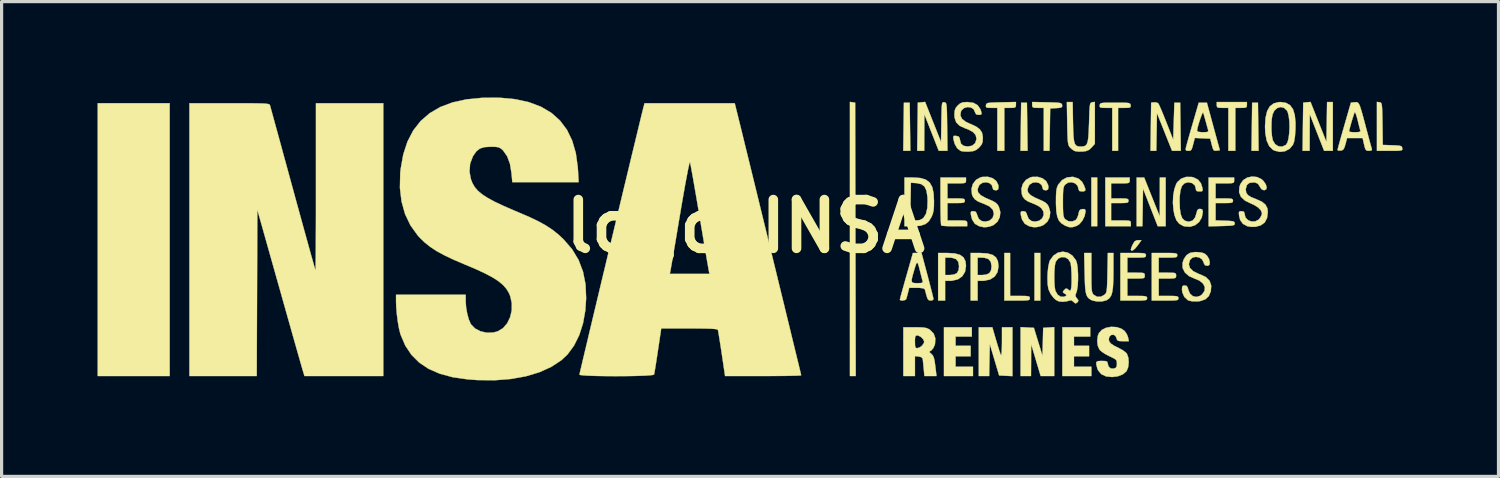
<source format=kicad_pcb>
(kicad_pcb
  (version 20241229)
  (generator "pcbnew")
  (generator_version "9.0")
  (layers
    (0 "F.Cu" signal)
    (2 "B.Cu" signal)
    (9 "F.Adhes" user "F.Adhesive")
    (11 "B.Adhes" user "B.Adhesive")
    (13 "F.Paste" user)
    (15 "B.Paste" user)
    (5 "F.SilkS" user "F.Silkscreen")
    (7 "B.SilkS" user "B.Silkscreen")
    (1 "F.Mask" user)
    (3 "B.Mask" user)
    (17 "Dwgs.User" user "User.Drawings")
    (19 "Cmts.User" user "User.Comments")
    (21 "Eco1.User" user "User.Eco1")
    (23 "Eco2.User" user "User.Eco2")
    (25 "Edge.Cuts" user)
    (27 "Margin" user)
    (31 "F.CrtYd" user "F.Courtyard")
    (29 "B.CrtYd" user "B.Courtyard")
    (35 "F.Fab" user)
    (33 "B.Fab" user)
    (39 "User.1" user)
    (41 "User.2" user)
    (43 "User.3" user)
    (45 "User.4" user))
  (footprint "logo_INSA"
    (layer "F.Cu")
    (at 20.252 4.023)
    (property "Reference" "logo_INSA" (at 0 0 0) (layer "F.SilkS") (effects (font (size 1.524 1.524) (thickness 0.3))))
    (attr through_hole)
    (fp_poly (pts (xy -17.998 4.681) (xy -20.247 4.681) (xy -20.247 -3.846) (xy -17.998 -3.846) (xy -17.998 4.681)) (stroke (width 0.01) (type solid)) (fill yes) (layer "F.SilkS"))
    (fp_poly (pts (xy 9.217 2.322) (xy 9.035 2.322) (xy 9.035 0.835) (xy 9.217 0.835) (xy 9.217 2.322)) (stroke (width 0.01) (type solid)) (fill yes) (layer "F.SilkS"))
    (fp_poly (pts (xy 10.995 0) (xy 10.813 0) (xy 10.813 -1.524) (xy 10.995 -1.524) (xy 10.995 0)) (stroke (width 0.01) (type solid)) (fill yes) (layer "F.SilkS"))
    (fp_poly (pts (xy 3.429 -3.864) (xy 3.438 0.408) (xy 3.447 4.681) (xy 3.266 4.681) (xy 3.266 -3.888) (xy 3.429 -3.864)) (stroke (width 0.01) (type solid)) (fill yes) (layer "F.SilkS"))
    (fp_poly (pts (xy 5.144 -3.111) (xy 5.154 -2.359) (xy 4.933 -2.359) (xy 4.953 -3.864) (xy 5.134 -3.864) (xy 5.144 -3.111)) (stroke (width 0.01) (type solid)) (fill yes) (layer "F.SilkS"))
    (fp_poly (pts (xy 8.819 -2.359) (xy 8.598 -2.359) (xy 8.608 -3.111) (xy 8.618 -3.864) (xy 8.799 -3.864) (xy 8.819 -2.359)) (stroke (width 0.01) (type solid)) (fill yes) (layer "F.SilkS"))
    (fp_poly (pts (xy 16.03 -3.111) (xy 16.04 -2.359) (xy 15.819 -2.359) (xy 15.829 -3.111) (xy 15.839 -3.864) (xy 16.02 -3.864) (xy 16.03 -3.111)) (stroke (width 0.01) (type solid)) (fill yes) (layer "F.SilkS"))
    (fp_poly (pts (xy 7.076 3.447) (xy 6.568 3.447) (xy 6.568 3.737) (xy 7.039 3.737) (xy 7.039 4.064) (xy 6.568 4.064) (xy 6.568 4.391) (xy 7.112 4.391) (xy 7.112 4.681) (xy 6.205 4.681) (xy 6.205 3.157) (xy 7.076 3.157) (xy 7.076 3.447)) (stroke (width 0.01) (type solid)) (fill yes) (layer "F.SilkS"))
    (fp_poly (pts (xy 10.777 3.447) (xy 10.269 3.447) (xy 10.269 3.737) (xy 10.741 3.737) (xy 10.741 4.064) (xy 10.269 4.064) (xy 10.269 4.391) (xy 10.813 4.391) (xy 10.813 4.681) (xy 9.906 4.681) (xy 9.906 3.157) (xy 10.777 3.157) (xy 10.777 3.447)) (stroke (width 0.01) (type solid)) (fill yes) (layer "F.SilkS"))
    (fp_poly (pts (xy 12.261 0.599) (xy 12.18 0.696) (xy 12.11 0.753) (xy 12.062 0.763) (xy 12.047 0.727) (xy 12.061 0.674) (xy 12.097 0.587) (xy 12.108 0.564) (xy 12.162 0.475) (xy 12.225 0.44) (xy 12.274 0.435) (xy 12.378 0.435) (xy 12.261 0.599)) (stroke (width 0.01) (type solid)) (fill yes) (layer "F.SilkS"))
    (fp_poly (pts (xy 13.135 0) (xy 12.888 0) (xy 12.428 -1.179) (xy 12.418 -0.59) (xy 12.408 0) (xy 12.228 0) (xy 12.228 -1.524) (xy 12.464 -1.523) (xy 12.707 -0.916) (xy 12.95 -0.308) (xy 12.952 -0.916) (xy 12.954 -1.524) (xy 13.135 -1.524) (xy 13.135 0)) (stroke (width 0.01) (type solid)) (fill yes) (layer "F.SilkS"))
    (fp_poly (pts (xy 17.912 -3.261) (xy 18.161 -2.636) (xy 18.181 -3.883) (xy 18.361 -3.883) (xy 18.361 -2.359) (xy 18.224 -2.359) (xy 18.088 -2.36) (xy 17.864 -2.931) (xy 17.64 -3.502) (xy 17.635 -2.359) (xy 17.416 -2.359) (xy 17.425 -3.111) (xy 17.435 -3.864) (xy 17.663 -3.887) (xy 17.912 -3.261)) (stroke (width 0.01) (type solid)) (fill yes) (layer "F.SilkS"))
    (fp_poly (pts (xy 9.652 4.681) (xy 9.228 4.681) (xy 9.079 4.182) (xy 8.931 3.683) (xy 8.929 4.182) (xy 8.926 4.681) (xy 8.6 4.681) (xy 8.6 3.153) (xy 9.016 3.175) (xy 9.15 3.61) (xy 9.284 4.046) (xy 9.296 3.61) (xy 9.307 3.175) (xy 9.48 3.164) (xy 9.652 3.153) (xy 9.652 4.681)) (stroke (width 0.01) (type solid)) (fill yes) (layer "F.SilkS"))
    (fp_poly (pts (xy 8.273 2.177) (xy 8.582 2.177) (xy 8.732 2.178) (xy 8.823 2.185) (xy 8.871 2.199) (xy 8.888 2.225) (xy 8.89 2.25) (xy 8.885 2.281) (xy 8.863 2.302) (xy 8.811 2.315) (xy 8.716 2.32) (xy 8.566 2.322) (xy 8.491 2.322) (xy 8.092 2.322) (xy 8.092 0.835) (xy 8.273 0.835) (xy 8.273 2.177)) (stroke (width 0.01) (type solid)) (fill yes) (layer "F.SilkS"))
    (fp_poly (pts (xy 15.675 -3.792) (xy 15.67 -3.738) (xy 15.64 -3.711) (xy 15.567 -3.702) (xy 15.494 -3.701) (xy 15.313 -3.701) (xy 15.313 -2.359) (xy 15.095 -2.359) (xy 15.095 -3.701) (xy 14.913 -3.701) (xy 14.806 -3.704) (xy 14.752 -3.719) (xy 14.734 -3.755) (xy 14.732 -3.792) (xy 14.732 -3.883) (xy 15.675 -3.883) (xy 15.675 -3.792)) (stroke (width 0.01) (type solid)) (fill yes) (layer "F.SilkS"))
    (fp_poly (pts (xy 7.836 3.565) (xy 7.886 3.731) (xy 7.931 3.875) (xy 7.967 3.98) (xy 7.986 4.028) (xy 7.999 4.017) (xy 8.008 3.941) (xy 8.015 3.81) (xy 8.018 3.632) (xy 8.018 3.619) (xy 8.019 3.157) (xy 8.346 3.157) (xy 8.346 4.684) (xy 8.138 4.674) (xy 7.93 4.663) (xy 7.638 3.683) (xy 7.628 4.182) (xy 7.618 4.681) (xy 7.293 4.681) (xy 7.293 3.157) (xy 7.717 3.157) (xy 7.836 3.565)) (stroke (width 0.01) (type solid)) (fill yes) (layer "F.SilkS"))
    (fp_poly (pts (xy 8.455 -3.793) (xy 8.449 -3.738) (xy 8.419 -3.711) (xy 8.347 -3.702) (xy 8.273 -3.701) (xy 8.092 -3.701) (xy 8.092 -2.359) (xy 7.874 -2.359) (xy 7.874 -3.701) (xy 7.69 -3.701) (xy 7.582 -3.704) (xy 7.529 -3.718) (xy 7.515 -3.75) (xy 7.518 -3.783) (xy 7.526 -3.816) (xy 7.546 -3.84) (xy 7.591 -3.855) (xy 7.673 -3.864) (xy 7.803 -3.87) (xy 7.992 -3.875) (xy 8.455 -3.885) (xy 8.455 -3.793)) (stroke (width 0.01) (type solid)) (fill yes) (layer "F.SilkS"))
    (fp_poly (pts (xy 12.86 -3.867) (xy 12.906 -3.839) (xy 12.932 -3.79) (xy 12.978 -3.687) (xy 13.04 -3.541) (xy 13.111 -3.365) (xy 13.157 -3.25) (xy 13.371 -2.708) (xy 13.408 -3.864) (xy 13.589 -3.864) (xy 13.599 -3.111) (xy 13.609 -2.359) (xy 13.472 -2.359) (xy 13.335 -2.359) (xy 13.099 -2.949) (xy 12.863 -3.538) (xy 12.843 -2.359) (xy 12.662 -2.359) (xy 12.672 -3.111) (xy 12.682 -3.864) (xy 12.776 -3.875) (xy 12.86 -3.867)) (stroke (width 0.01) (type solid)) (fill yes) (layer "F.SilkS"))
    (fp_poly (pts (xy 9.425 -3.875) (xy 9.616 -3.87) (xy 9.745 -3.864) (xy 9.827 -3.854) (xy 9.872 -3.839) (xy 9.892 -3.816) (xy 9.899 -3.785) (xy 9.899 -3.738) (xy 9.869 -3.712) (xy 9.794 -3.699) (xy 9.718 -3.694) (xy 9.525 -3.683) (xy 9.515 -3.021) (xy 9.505 -2.359) (xy 9.325 -2.359) (xy 9.325 -3.701) (xy 9.144 -3.701) (xy 9.036 -3.704) (xy 8.983 -3.719) (xy 8.964 -3.755) (xy 8.963 -3.793) (xy 8.963 -3.885) (xy 9.425 -3.875)) (stroke (width 0.01) (type solid)) (fill yes) (layer "F.SilkS"))
    (fp_poly (pts (xy 19.821 -3.876) (xy 19.85 -3.87) (xy 19.871 -3.854) (xy 19.886 -3.819) (xy 19.896 -3.755) (xy 19.903 -3.651) (xy 19.908 -3.498) (xy 19.911 -3.285) (xy 19.913 -3.204) (xy 19.922 -2.543) (xy 20.221 -2.532) (xy 20.368 -2.526) (xy 20.458 -2.516) (xy 20.506 -2.498) (xy 20.526 -2.467) (xy 20.531 -2.44) (xy 20.534 -2.405) (xy 20.521 -2.381) (xy 20.48 -2.368) (xy 20.399 -2.361) (xy 20.267 -2.359) (xy 20.141 -2.359) (xy 19.739 -2.359) (xy 19.739 -3.888) (xy 19.821 -3.876)) (stroke (width 0.01) (type solid)) (fill yes) (layer "F.SilkS"))
    (fp_poly (pts (xy 11.749 -3.864) (xy 11.881 -3.861) (xy 11.964 -3.854) (xy 12.01 -3.841) (xy 12.032 -3.819) (xy 12.04 -3.787) (xy 12.04 -3.783) (xy 12.041 -3.736) (xy 12.016 -3.712) (xy 11.948 -3.703) (xy 11.85 -3.701) (xy 11.648 -3.701) (xy 11.648 -2.359) (xy 11.466 -2.359) (xy 11.466 -3.701) (xy 11.264 -3.701) (xy 11.149 -3.703) (xy 11.091 -3.715) (xy 11.071 -3.743) (xy 11.074 -3.783) (xy 11.081 -3.816) (xy 11.1 -3.839) (xy 11.143 -3.853) (xy 11.222 -3.861) (xy 11.348 -3.864) (xy 11.533 -3.864) (xy 11.557 -3.864) (xy 11.749 -3.864)) (stroke (width 0.01) (type solid)) (fill yes) (layer "F.SilkS"))
    (fp_poly (pts (xy 6.114 -2.636) (xy 6.124 -3.262) (xy 6.128 -3.488) (xy 6.132 -3.652) (xy 6.138 -3.763) (xy 6.147 -3.831) (xy 6.161 -3.866) (xy 6.181 -3.878) (xy 6.209 -3.877) (xy 6.215 -3.876) (xy 6.242 -3.87) (xy 6.262 -3.856) (xy 6.277 -3.823) (xy 6.287 -3.763) (xy 6.294 -3.667) (xy 6.299 -3.524) (xy 6.302 -3.325) (xy 6.305 -3.111) (xy 6.315 -2.359) (xy 6.178 -2.359) (xy 6.042 -2.359) (xy 5.817 -2.93) (xy 5.593 -3.502) (xy 5.59 -2.93) (xy 5.588 -2.359) (xy 5.369 -2.359) (xy 5.379 -3.111) (xy 5.388 -3.864) (xy 5.616 -3.887) (xy 6.114 -2.636)) (stroke (width 0.01) (type solid)) (fill yes) (layer "F.SilkS"))
    (fp_poly (pts (xy 6.543 0.849) (xy 6.708 0.894) (xy 6.818 0.975) (xy 6.878 1.095) (xy 6.894 1.237) (xy 6.864 1.422) (xy 6.778 1.564) (xy 6.639 1.659) (xy 6.452 1.703) (xy 6.387 1.705) (xy 6.241 1.705) (xy 6.241 2.322) (xy 6.023 2.322) (xy 6.023 0.98) (xy 6.241 0.98) (xy 6.241 1.524) (xy 6.393 1.524) (xy 6.518 1.508) (xy 6.608 1.466) (xy 6.61 1.464) (xy 6.663 1.37) (xy 6.677 1.248) (xy 6.653 1.111) (xy 6.58 1.024) (xy 6.452 0.984) (xy 6.378 0.98) (xy 6.241 0.98) (xy 6.023 0.98) (xy 6.023 0.835) (xy 6.316 0.835) (xy 6.543 0.849)) (stroke (width 0.01) (type solid)) (fill yes) (layer "F.SilkS"))
    (fp_poly (pts (xy 7.557 0.848) (xy 7.721 0.892) (xy 7.83 0.971) (xy 7.891 1.089) (xy 7.91 1.253) (xy 7.91 1.255) (xy 7.88 1.433) (xy 7.791 1.57) (xy 7.65 1.662) (xy 7.462 1.703) (xy 7.403 1.705) (xy 7.257 1.705) (xy 7.257 2.322) (xy 7.039 2.322) (xy 7.039 0.98) (xy 7.257 0.98) (xy 7.257 1.524) (xy 7.409 1.524) (xy 7.534 1.508) (xy 7.624 1.466) (xy 7.626 1.464) (xy 7.679 1.37) (xy 7.693 1.248) (xy 7.669 1.111) (xy 7.596 1.024) (xy 7.468 0.984) (xy 7.394 0.98) (xy 7.257 0.98) (xy 7.039 0.98) (xy 7.039 0.835) (xy 7.332 0.835) (xy 7.557 0.848)) (stroke (width 0.01) (type solid)) (fill yes) (layer "F.SilkS"))
    (fp_poly (pts (xy 12.011 -1.433) (xy 12.007 -1.388) (xy 11.988 -1.361) (xy 11.938 -1.348) (xy 11.843 -1.343) (xy 11.72 -1.343) (xy 11.43 -1.343) (xy 11.43 -0.871) (xy 11.702 -0.871) (xy 11.841 -0.869) (xy 11.923 -0.861) (xy 11.962 -0.843) (xy 11.974 -0.811) (xy 11.974 -0.798) (xy 11.968 -0.761) (xy 11.939 -0.739) (xy 11.871 -0.729) (xy 11.751 -0.726) (xy 11.702 -0.726) (xy 11.43 -0.726) (xy 11.43 -0.181) (xy 11.738 -0.181) (xy 11.888 -0.181) (xy 11.979 -0.175) (xy 12.026 -0.161) (xy 12.044 -0.134) (xy 12.047 -0.091) (xy 12.047 0) (xy 11.249 0) (xy 11.249 -1.524) (xy 12.011 -1.524) (xy 12.011 -1.433)) (stroke (width 0.01) (type solid)) (fill yes) (layer "F.SilkS"))
    (fp_poly (pts (xy 15.276 -1.433) (xy 15.273 -1.388) (xy 15.254 -1.361) (xy 15.204 -1.348) (xy 15.108 -1.343) (xy 14.986 -1.343) (xy 14.696 -1.343) (xy 14.696 -0.871) (xy 14.968 -0.871) (xy 15.107 -0.869) (xy 15.189 -0.861) (xy 15.228 -0.843) (xy 15.24 -0.811) (xy 15.24 -0.798) (xy 15.234 -0.761) (xy 15.204 -0.739) (xy 15.137 -0.729) (xy 15.017 -0.726) (xy 14.968 -0.726) (xy 14.696 -0.726) (xy 14.696 -0.184) (xy 14.995 -0.174) (xy 15.143 -0.167) (xy 15.232 -0.157) (xy 15.277 -0.139) (xy 15.293 -0.11) (xy 15.294 -0.091) (xy 15.29 -0.059) (xy 15.267 -0.038) (xy 15.213 -0.024) (xy 15.117 -0.016) (xy 14.966 -0.01) (xy 14.886 -0.008) (xy 14.478 0.002) (xy 14.478 -1.524) (xy 15.276 -1.524) (xy 15.276 -1.433)) (stroke (width 0.01) (type solid)) (fill yes) (layer "F.SilkS"))
    (fp_poly (pts (xy 5.234 -1.524) (xy 5.462 -1.509) (xy 5.635 -1.459) (xy 5.758 -1.367) (xy 5.838 -1.227) (xy 5.881 -1.031) (xy 5.893 -0.801) (xy 5.891 -0.622) (xy 5.88 -0.493) (xy 5.857 -0.392) (xy 5.818 -0.296) (xy 5.812 -0.285) (xy 5.73 -0.154) (xy 5.623 -0.068) (xy 5.479 -0.019) (xy 5.283 -0.001) (xy 5.229 0) (xy 4.971 0) (xy 4.971 -0.181) (xy 5.151 -0.181) (xy 5.317 -0.181) (xy 5.446 -0.194) (xy 5.537 -0.239) (xy 5.569 -0.268) (xy 5.644 -0.391) (xy 5.686 -0.575) (xy 5.694 -0.816) (xy 5.687 -0.933) (xy 5.657 -1.118) (xy 5.597 -1.242) (xy 5.499 -1.316) (xy 5.355 -1.349) (xy 5.334 -1.35) (xy 5.171 -1.361) (xy 5.161 -0.771) (xy 5.151 -0.181) (xy 4.971 -0.181) (xy 4.971 -1.524) (xy 5.234 -1.524)) (stroke (width 0.01) (type solid)) (fill yes) (layer "F.SilkS"))
    (fp_poly (pts (xy 6.894 -1.433) (xy 6.891 -1.388) (xy 6.872 -1.361) (xy 6.822 -1.348) (xy 6.726 -1.343) (xy 6.604 -1.343) (xy 6.314 -1.343) (xy 6.314 -0.871) (xy 6.586 -0.871) (xy 6.725 -0.869) (xy 6.807 -0.861) (xy 6.846 -0.843) (xy 6.858 -0.811) (xy 6.858 -0.798) (xy 6.852 -0.761) (xy 6.822 -0.739) (xy 6.755 -0.729) (xy 6.635 -0.726) (xy 6.586 -0.726) (xy 6.314 -0.726) (xy 6.314 -0.181) (xy 6.622 -0.181) (xy 6.771 -0.181) (xy 6.863 -0.175) (xy 6.91 -0.161) (xy 6.928 -0.134) (xy 6.931 -0.091) (xy 6.931 0) (xy 6.537 0) (xy 6.375 -0.002) (xy 6.241 -0.008) (xy 6.15 -0.016) (xy 6.12 -0.024) (xy 6.113 -0.066) (xy 6.106 -0.17) (xy 6.101 -0.323) (xy 6.098 -0.515) (xy 6.096 -0.735) (xy 6.096 -0.786) (xy 6.096 -1.524) (xy 6.894 -1.524) (xy 6.894 -1.433)) (stroke (width 0.01) (type solid)) (fill yes) (layer "F.SilkS"))
    (fp_poly (pts (xy 12.294 0.835) (xy 12.409 0.839) (xy 12.476 0.849) (xy 12.508 0.866) (xy 12.518 0.893) (xy 12.519 0.907) (xy 12.513 0.943) (xy 12.485 0.965) (xy 12.42 0.976) (xy 12.305 0.979) (xy 12.228 0.98) (xy 11.938 0.98) (xy 11.938 1.451) (xy 12.21 1.451) (xy 12.349 1.453) (xy 12.43 1.459) (xy 12.469 1.477) (xy 12.481 1.51) (xy 12.482 1.542) (xy 12.479 1.588) (xy 12.459 1.615) (xy 12.406 1.628) (xy 12.306 1.633) (xy 12.21 1.633) (xy 11.938 1.633) (xy 11.938 2.177) (xy 12.246 2.177) (xy 12.396 2.178) (xy 12.488 2.185) (xy 12.535 2.199) (xy 12.553 2.225) (xy 12.555 2.25) (xy 12.55 2.281) (xy 12.529 2.302) (xy 12.478 2.314) (xy 12.386 2.32) (xy 12.24 2.322) (xy 12.138 2.322) (xy 11.72 2.322) (xy 11.72 0.835) (xy 12.119 0.835) (xy 12.294 0.835)) (stroke (width 0.01) (type solid)) (fill yes) (layer "F.SilkS"))
    (fp_poly (pts (xy 13.274 0.835) (xy 13.388 0.839) (xy 13.456 0.849) (xy 13.488 0.866) (xy 13.498 0.893) (xy 13.498 0.907) (xy 13.492 0.943) (xy 13.464 0.965) (xy 13.4 0.976) (xy 13.285 0.979) (xy 13.208 0.98) (xy 12.918 0.98) (xy 12.918 1.451) (xy 13.19 1.451) (xy 13.328 1.453) (xy 13.409 1.459) (xy 13.449 1.477) (xy 13.461 1.51) (xy 13.462 1.542) (xy 13.459 1.588) (xy 13.438 1.615) (xy 13.386 1.628) (xy 13.285 1.633) (xy 13.19 1.633) (xy 12.918 1.633) (xy 12.918 2.177) (xy 13.226 2.177) (xy 13.376 2.178) (xy 13.468 2.185) (xy 13.515 2.199) (xy 13.533 2.225) (xy 13.535 2.25) (xy 13.53 2.281) (xy 13.509 2.302) (xy 13.458 2.314) (xy 13.366 2.32) (xy 13.219 2.322) (xy 13.117 2.322) (xy 12.7 2.322) (xy 12.7 0.835) (xy 13.099 0.835) (xy 13.274 0.835)) (stroke (width 0.01) (type solid)) (fill yes) (layer "F.SilkS"))
    (fp_poly (pts (xy 10.813 1.451) (xy 10.814 1.679) (xy 10.816 1.845) (xy 10.822 1.961) (xy 10.832 2.039) (xy 10.848 2.089) (xy 10.871 2.125) (xy 10.886 2.141) (xy 10.994 2.204) (xy 11.115 2.2) (xy 11.217 2.144) (xy 11.249 2.116) (xy 11.271 2.082) (xy 11.287 2.032) (xy 11.298 1.953) (xy 11.305 1.835) (xy 11.311 1.666) (xy 11.315 1.455) (xy 11.327 0.835) (xy 11.503 0.835) (xy 11.503 1.424) (xy 11.499 1.692) (xy 11.488 1.898) (xy 11.467 2.051) (xy 11.434 2.161) (xy 11.385 2.239) (xy 11.318 2.294) (xy 11.285 2.312) (xy 11.149 2.349) (xy 10.989 2.351) (xy 10.842 2.319) (xy 10.805 2.302) (xy 10.741 2.262) (xy 10.693 2.212) (xy 10.658 2.143) (xy 10.634 2.044) (xy 10.618 1.905) (xy 10.609 1.714) (xy 10.602 1.461) (xy 10.602 1.46) (xy 10.588 0.835) (xy 10.813 0.835) (xy 10.813 1.451)) (stroke (width 0.01) (type solid)) (fill yes) (layer "F.SilkS"))
    (fp_poly (pts (xy 10.922 -2.577) (xy 10.82 -2.463) (xy 10.738 -2.388) (xy 10.645 -2.35) (xy 10.539 -2.336) (xy 10.418 -2.335) (xy 10.317 -2.346) (xy 10.287 -2.355) (xy 10.208 -2.405) (xy 10.142 -2.467) (xy 10.116 -2.501) (xy 10.097 -2.546) (xy 10.083 -2.611) (xy 10.073 -2.709) (xy 10.066 -2.85) (xy 10.061 -3.045) (xy 10.058 -3.215) (xy 10.047 -3.883) (xy 10.228 -3.883) (xy 10.239 -3.249) (xy 10.245 -2.996) (xy 10.255 -2.806) (xy 10.271 -2.671) (xy 10.296 -2.581) (xy 10.334 -2.527) (xy 10.387 -2.5) (xy 10.459 -2.492) (xy 10.487 -2.492) (xy 10.565 -2.496) (xy 10.624 -2.517) (xy 10.667 -2.561) (xy 10.696 -2.64) (xy 10.716 -2.761) (xy 10.729 -2.935) (xy 10.738 -3.169) (xy 10.741 -3.24) (xy 10.747 -3.466) (xy 10.754 -3.63) (xy 10.762 -3.742) (xy 10.773 -3.812) (xy 10.788 -3.851) (xy 10.809 -3.869) (xy 10.838 -3.876) (xy 10.84 -3.876) (xy 10.922 -3.888) (xy 10.922 -2.577)) (stroke (width 0.01) (type solid)) (fill yes) (layer "F.SilkS"))
    (fp_poly (pts (xy 14.626 -3.121) (xy 14.829 -2.377) (xy 14.741 -2.365) (xy 14.677 -2.36) (xy 14.638 -2.377) (xy 14.61 -2.43) (xy 14.58 -2.536) (xy 14.573 -2.564) (xy 14.528 -2.74) (xy 14.287 -2.75) (xy 14.046 -2.761) (xy 14.006 -2.605) (xy 13.972 -2.476) (xy 13.945 -2.403) (xy 13.915 -2.369) (xy 13.872 -2.359) (xy 13.841 -2.359) (xy 13.775 -2.367) (xy 13.76 -2.407) (xy 13.769 -2.458) (xy 13.786 -2.524) (xy 13.819 -2.647) (xy 13.866 -2.813) (xy 13.915 -2.985) (xy 14.116 -2.985) (xy 14.149 -2.954) (xy 14.252 -2.94) (xy 14.299 -2.939) (xy 14.407 -2.943) (xy 14.458 -2.957) (xy 14.468 -2.987) (xy 14.464 -3.003) (xy 14.445 -3.071) (xy 14.415 -3.182) (xy 14.387 -3.284) (xy 14.352 -3.408) (xy 14.323 -3.509) (xy 14.308 -3.556) (xy 14.292 -3.545) (xy 14.262 -3.482) (xy 14.225 -3.383) (xy 14.186 -3.266) (xy 14.151 -3.149) (xy 14.126 -3.049) (xy 14.116 -2.985) (xy 13.915 -2.985) (xy 13.922 -3.009) (xy 13.98 -3.211) (xy 14.17 -3.864) (xy 14.424 -3.864) (xy 14.626 -3.121)) (stroke (width 0.01) (type solid)) (fill yes) (layer "F.SilkS"))
    (fp_poly (pts (xy 5.465 3.159) (xy 5.584 3.167) (xy 5.668 3.185) (xy 5.735 3.216) (xy 5.771 3.239) (xy 5.884 3.355) (xy 5.936 3.505) (xy 5.925 3.68) (xy 5.917 3.709) (xy 5.872 3.808) (xy 5.814 3.877) (xy 5.803 3.884) (xy 5.755 3.914) (xy 5.759 3.943) (xy 5.813 3.99) (xy 5.857 4.038) (xy 5.889 4.109) (xy 5.914 4.22) (xy 5.934 4.369) (xy 5.972 4.681) (xy 5.594 4.681) (xy 5.571 4.436) (xy 5.558 4.303) (xy 5.547 4.195) (xy 5.54 4.137) (xy 5.501 4.093) (xy 5.415 4.071) (xy 5.298 4.059) (xy 5.298 4.681) (xy 4.935 4.681) (xy 4.935 3.61) (xy 5.298 3.61) (xy 5.301 3.726) (xy 5.314 3.786) (xy 5.345 3.808) (xy 5.37 3.81) (xy 5.449 3.785) (xy 5.515 3.737) (xy 5.569 3.666) (xy 5.588 3.61) (xy 5.558 3.534) (xy 5.487 3.461) (xy 5.402 3.416) (xy 5.37 3.411) (xy 5.328 3.42) (xy 5.306 3.457) (xy 5.298 3.54) (xy 5.298 3.61) (xy 4.935 3.61) (xy 4.935 3.157) (xy 5.292 3.157) (xy 5.465 3.159)) (stroke (width 0.01) (type solid)) (fill yes) (layer "F.SilkS"))
    (fp_poly (pts (xy 16.894 -3.859) (xy 17.023 -3.786) (xy 17.115 -3.661) (xy 17.171 -3.479) (xy 17.195 -3.237) (xy 17.193 -3.041) (xy 17.178 -2.817) (xy 17.153 -2.657) (xy 17.116 -2.551) (xy 17.115 -2.55) (xy 17.01 -2.422) (xy 16.867 -2.346) (xy 16.705 -2.325) (xy 16.54 -2.364) (xy 16.487 -2.392) (xy 16.372 -2.504) (xy 16.293 -2.677) (xy 16.25 -2.912) (xy 16.241 -3.119) (xy 16.245 -3.183) (xy 16.442 -3.183) (xy 16.443 -2.996) (xy 16.457 -2.825) (xy 16.482 -2.695) (xy 16.485 -2.686) (xy 16.557 -2.566) (xy 16.661 -2.499) (xy 16.781 -2.491) (xy 16.898 -2.547) (xy 16.943 -2.621) (xy 16.977 -2.748) (xy 16.998 -2.912) (xy 17.007 -3.093) (xy 17.002 -3.275) (xy 16.983 -3.439) (xy 16.951 -3.568) (xy 16.927 -3.616) (xy 16.836 -3.702) (xy 16.73 -3.727) (xy 16.623 -3.696) (xy 16.532 -3.613) (xy 16.476 -3.493) (xy 16.452 -3.358) (xy 16.442 -3.183) (xy 16.245 -3.183) (xy 16.258 -3.39) (xy 16.307 -3.598) (xy 16.39 -3.747) (xy 16.51 -3.84) (xy 16.669 -3.88) (xy 16.726 -3.883) (xy 16.894 -3.859)) (stroke (width 0.01) (type solid)) (fill yes) (layer "F.SilkS"))
    (fp_poly (pts (xy 13.948 -1.542) (xy 14.006 -1.528) (xy 14.147 -1.458) (xy 14.239 -1.341) (xy 14.282 -1.205) (xy 14.293 -1.125) (xy 14.269 -1.094) (xy 14.192 -1.089) (xy 14.112 -1.098) (xy 14.082 -1.136) (xy 14.079 -1.174) (xy 14.047 -1.279) (xy 13.962 -1.35) (xy 13.841 -1.374) (xy 13.819 -1.372) (xy 13.716 -1.339) (xy 13.642 -1.256) (xy 13.596 -1.12) (xy 13.574 -0.922) (xy 13.571 -0.798) (xy 13.579 -0.555) (xy 13.606 -0.375) (xy 13.654 -0.251) (xy 13.727 -0.178) (xy 13.829 -0.147) (xy 13.871 -0.145) (xy 13.978 -0.179) (xy 14.056 -0.276) (xy 14.098 -0.408) (xy 14.123 -0.5) (xy 14.164 -0.538) (xy 14.21 -0.544) (xy 14.276 -0.529) (xy 14.296 -0.468) (xy 14.297 -0.452) (xy 14.265 -0.275) (xy 14.18 -0.132) (xy 14.053 -0.032) (xy 13.897 0.016) (xy 13.725 0.003) (xy 13.683 -0.01) (xy 13.562 -0.077) (xy 13.474 -0.183) (xy 13.413 -0.341) (xy 13.381 -0.502) (xy 13.362 -0.727) (xy 13.371 -0.953) (xy 13.406 -1.158) (xy 13.465 -1.322) (xy 13.496 -1.376) (xy 13.616 -1.486) (xy 13.773 -1.543) (xy 13.948 -1.542)) (stroke (width 0.01) (type solid)) (fill yes) (layer "F.SilkS"))
    (fp_poly (pts (xy 5.691 1.537) (xy 5.748 1.754) (xy 5.798 1.948) (xy 5.839 2.107) (xy 5.866 2.221) (xy 5.878 2.278) (xy 5.878 2.281) (xy 5.847 2.312) (xy 5.789 2.322) (xy 5.729 2.31) (xy 5.69 2.262) (xy 5.66 2.168) (xy 5.632 2.063) (xy 5.61 1.984) (xy 5.605 1.968) (xy 5.558 1.94) (xy 5.44 1.925) (xy 5.355 1.923) (xy 5.119 1.923) (xy 5.08 2.077) (xy 5.052 2.183) (xy 5.03 2.262) (xy 5.025 2.277) (xy 4.987 2.306) (xy 4.92 2.321) (xy 4.855 2.319) (xy 4.826 2.296) (xy 4.826 2.296) (xy 4.836 2.254) (xy 4.862 2.154) (xy 4.903 2.006) (xy 4.955 1.82) (xy 4.981 1.726) (xy 5.196 1.726) (xy 5.223 1.763) (xy 5.282 1.776) (xy 5.373 1.778) (xy 5.481 1.775) (xy 5.532 1.761) (xy 5.542 1.73) (xy 5.538 1.714) (xy 5.52 1.648) (xy 5.491 1.535) (xy 5.461 1.415) (xy 5.42 1.254) (xy 5.39 1.161) (xy 5.364 1.136) (xy 5.337 1.175) (xy 5.301 1.279) (xy 5.277 1.361) (xy 5.226 1.537) (xy 5.198 1.654) (xy 5.196 1.726) (xy 4.981 1.726) (xy 5.015 1.607) (xy 5.031 1.552) (xy 5.235 0.835) (xy 5.504 0.835) (xy 5.691 1.537)) (stroke (width 0.01) (type solid)) (fill yes) (layer "F.SilkS"))
    (fp_poly (pts (xy -15.796 -3.846) (xy -15.527 -3.845) (xy -15.315 -3.843) (xy -15.155 -3.84) (xy -15.038 -3.835) (xy -14.958 -3.828) (xy -14.908 -3.818) (xy -14.879 -3.806) (xy -14.866 -3.79) (xy -14.863 -3.783) (xy -14.851 -3.738) (xy -14.821 -3.629) (xy -14.775 -3.462) (xy -14.715 -3.241) (xy -14.641 -2.973) (xy -14.556 -2.664) (xy -14.462 -2.318) (xy -14.359 -1.943) (xy -14.25 -1.543) (xy -14.15 -1.179) (xy -14.037 -0.764) (xy -13.928 -0.37) (xy -13.827 -0.001) (xy -13.734 0.335) (xy -13.651 0.634) (xy -13.58 0.891) (xy -13.521 1.098) (xy -13.478 1.252) (xy -13.45 1.346) (xy -13.441 1.376) (xy -13.438 1.343) (xy -13.436 1.243) (xy -13.434 1.082) (xy -13.432 0.866) (xy -13.43 0.6) (xy -13.429 0.289) (xy -13.427 -0.06) (xy -13.426 -0.442) (xy -13.426 -0.851) (xy -13.426 -1.228) (xy -13.426 -3.846) (xy -11.321 -3.846) (xy -11.321 4.681) (xy -13.785 4.681) (xy -13.853 4.454) (xy -13.874 4.381) (xy -13.913 4.244) (xy -13.968 4.05) (xy -14.038 3.806) (xy -14.12 3.517) (xy -14.212 3.191) (xy -14.313 2.833) (xy -14.421 2.451) (xy -14.534 2.049) (xy -14.589 1.855) (xy -15.258 -0.517) (xy -15.267 2.082) (xy -15.277 4.681) (xy -17.381 4.681) (xy -17.381 -3.846) (xy -16.131 -3.846) (xy -15.796 -3.846)) (stroke (width 0.01) (type solid)) (fill yes) (layer "F.SilkS"))
    (fp_poly (pts (xy 14.149 0.809) (xy 14.278 0.826) (xy 14.364 0.861) (xy 14.43 0.922) (xy 14.49 1.022) (xy 14.514 1.126) (xy 14.514 1.127) (xy 14.504 1.204) (xy 14.461 1.232) (xy 14.428 1.234) (xy 14.361 1.216) (xy 14.326 1.15) (xy 14.32 1.124) (xy 14.27 1.031) (xy 14.18 0.973) (xy 14.072 0.956) (xy 13.969 0.982) (xy 13.896 1.054) (xy 13.859 1.184) (xy 13.892 1.301) (xy 13.994 1.402) (xy 14.164 1.487) (xy 14.211 1.503) (xy 14.392 1.588) (xy 14.508 1.704) (xy 14.559 1.852) (xy 14.547 2.029) (xy 14.484 2.182) (xy 14.373 2.285) (xy 14.211 2.339) (xy 14.126 2.348) (xy 13.959 2.345) (xy 13.841 2.317) (xy 13.829 2.31) (xy 13.717 2.205) (xy 13.654 2.058) (xy 13.645 1.968) (xy 13.652 1.886) (xy 13.687 1.855) (xy 13.73 1.851) (xy 13.793 1.865) (xy 13.827 1.921) (xy 13.84 1.977) (xy 13.894 2.105) (xy 13.986 2.185) (xy 14.099 2.209) (xy 14.218 2.173) (xy 14.28 2.124) (xy 14.353 2.012) (xy 14.359 1.897) (xy 14.302 1.789) (xy 14.187 1.697) (xy 14.046 1.638) (xy 13.861 1.556) (xy 13.733 1.441) (xy 13.665 1.301) (xy 13.663 1.145) (xy 13.703 1.027) (xy 13.787 0.903) (xy 13.896 0.832) (xy 14.047 0.806) (xy 14.149 0.809)) (stroke (width 0.01) (type solid)) (fill yes) (layer "F.SilkS"))
    (fp_poly (pts (xy 10.25 -1.542) (xy 10.408 -1.493) (xy 10.52 -1.393) (xy 10.582 -1.28) (xy 10.622 -1.173) (xy 10.622 -1.115) (xy 10.578 -1.092) (xy 10.523 -1.089) (xy 10.441 -1.101) (xy 10.414 -1.146) (xy 10.414 -1.153) (xy 10.384 -1.264) (xy 10.306 -1.341) (xy 10.201 -1.377) (xy 10.089 -1.366) (xy 9.993 -1.302) (xy 9.964 -1.262) (xy 9.945 -1.208) (xy 9.932 -1.126) (xy 9.926 -1.002) (xy 9.924 -0.824) (xy 9.924 -0.762) (xy 9.925 -0.566) (xy 9.93 -0.428) (xy 9.94 -0.336) (xy 9.958 -0.275) (xy 9.984 -0.232) (xy 9.993 -0.222) (xy 10.094 -0.159) (xy 10.216 -0.151) (xy 10.321 -0.193) (xy 10.37 -0.26) (xy 10.406 -0.361) (xy 10.41 -0.384) (xy 10.433 -0.479) (xy 10.473 -0.523) (xy 10.532 -0.538) (xy 10.605 -0.536) (xy 10.63 -0.496) (xy 10.631 -0.465) (xy 10.603 -0.321) (xy 10.534 -0.179) (xy 10.438 -0.066) (xy 10.362 -0.017) (xy 10.23 0.027) (xy 10.123 0.028) (xy 10.004 -0.015) (xy 9.98 -0.027) (xy 9.872 -0.096) (xy 9.796 -0.183) (xy 9.746 -0.303) (xy 9.718 -0.466) (xy 9.707 -0.685) (xy 9.706 -0.762) (xy 9.708 -0.953) (xy 9.715 -1.088) (xy 9.73 -1.183) (xy 9.755 -1.257) (xy 9.78 -1.306) (xy 9.898 -1.444) (xy 10.051 -1.527) (xy 10.223 -1.545) (xy 10.25 -1.542)) (stroke (width 0.01) (type solid)) (fill yes) (layer "F.SilkS"))
    (fp_poly (pts (xy 19.125 -3.875) (xy 19.156 -3.853) (xy 19.186 -3.806) (xy 19.219 -3.726) (xy 19.257 -3.604) (xy 19.305 -3.433) (xy 19.367 -3.202) (xy 19.397 -3.088) (xy 19.452 -2.882) (xy 19.501 -2.699) (xy 19.542 -2.55) (xy 19.571 -2.449) (xy 19.583 -2.408) (xy 19.574 -2.371) (xy 19.502 -2.359) (xy 19.492 -2.359) (xy 19.428 -2.364) (xy 19.389 -2.391) (xy 19.362 -2.457) (xy 19.337 -2.558) (xy 19.292 -2.758) (xy 18.806 -2.758) (xy 18.756 -2.567) (xy 18.721 -2.455) (xy 18.685 -2.395) (xy 18.635 -2.37) (xy 18.605 -2.365) (xy 18.534 -2.366) (xy 18.507 -2.383) (xy 18.517 -2.426) (xy 18.544 -2.527) (xy 18.585 -2.676) (xy 18.638 -2.863) (xy 18.667 -2.964) (xy 18.869 -2.964) (xy 18.901 -2.95) (xy 18.985 -2.941) (xy 19.054 -2.939) (xy 19.169 -2.945) (xy 19.22 -2.963) (xy 19.222 -2.985) (xy 19.206 -3.04) (xy 19.179 -3.145) (xy 19.146 -3.28) (xy 19.139 -3.312) (xy 19.105 -3.438) (xy 19.074 -3.528) (xy 19.051 -3.567) (xy 19.047 -3.566) (xy 19.027 -3.522) (xy 18.996 -3.429) (xy 18.958 -3.308) (xy 18.921 -3.18) (xy 18.89 -3.065) (xy 18.871 -2.985) (xy 18.869 -2.964) (xy 18.667 -2.964) (xy 18.699 -3.076) (xy 18.717 -3.139) (xy 18.926 -3.864) (xy 19.042 -3.876) (xy 19.088 -3.879) (xy 19.125 -3.875)) (stroke (width 0.01) (type solid)) (fill yes) (layer "F.SilkS"))
    (fp_poly (pts (xy 15.993 -1.539) (xy 16.133 -1.471) (xy 16.192 -1.417) (xy 16.264 -1.313) (xy 16.293 -1.22) (xy 16.276 -1.153) (xy 16.215 -1.126) (xy 16.211 -1.126) (xy 16.132 -1.157) (xy 16.075 -1.244) (xy 16.021 -1.328) (xy 15.945 -1.364) (xy 15.889 -1.372) (xy 15.757 -1.357) (xy 15.673 -1.289) (xy 15.64 -1.169) (xy 15.639 -1.146) (xy 15.654 -1.05) (xy 15.706 -0.975) (xy 15.808 -0.911) (xy 15.96 -0.85) (xy 16.14 -0.77) (xy 16.256 -0.676) (xy 16.316 -0.559) (xy 16.329 -0.45) (xy 16.304 -0.258) (xy 16.231 -0.118) (xy 16.105 -0.027) (xy 15.941 0.016) (xy 15.816 0.018) (xy 15.698 0.001) (xy 15.691 -0.001) (xy 15.552 -0.074) (xy 15.465 -0.194) (xy 15.432 -0.324) (xy 15.423 -0.418) (xy 15.436 -0.46) (xy 15.482 -0.471) (xy 15.507 -0.472) (xy 15.579 -0.458) (xy 15.602 -0.405) (xy 15.603 -0.381) (xy 15.633 -0.269) (xy 15.712 -0.19) (xy 15.818 -0.149) (xy 15.934 -0.153) (xy 16.039 -0.206) (xy 16.072 -0.241) (xy 16.124 -0.326) (xy 16.147 -0.4) (xy 16.147 -0.402) (xy 16.114 -0.495) (xy 16.024 -0.589) (xy 15.891 -0.672) (xy 15.809 -0.707) (xy 15.615 -0.802) (xy 15.488 -0.921) (xy 15.43 -1.064) (xy 15.441 -1.23) (xy 15.471 -1.318) (xy 15.558 -1.442) (xy 15.687 -1.522) (xy 15.837 -1.555) (xy 15.993 -1.539)) (stroke (width 0.01) (type solid)) (fill yes) (layer "F.SilkS"))
    (fp_poly (pts (xy 7.73 -1.501) (xy 7.842 -1.413) (xy 7.903 -1.293) (xy 7.91 -1.226) (xy 7.899 -1.152) (xy 7.85 -1.126) (xy 7.82 -1.125) (xy 7.748 -1.142) (xy 7.729 -1.195) (xy 7.699 -1.289) (xy 7.624 -1.351) (xy 7.523 -1.376) (xy 7.417 -1.362) (xy 7.327 -1.306) (xy 7.296 -1.263) (xy 7.256 -1.154) (xy 7.273 -1.059) (xy 7.352 -0.974) (xy 7.496 -0.891) (xy 7.584 -0.853) (xy 7.728 -0.791) (xy 7.82 -0.737) (xy 7.879 -0.68) (xy 7.921 -0.609) (xy 7.967 -0.445) (xy 7.95 -0.285) (xy 7.878 -0.144) (xy 7.757 -0.04) (xy 7.664 -0.001) (xy 7.542 0.026) (xy 7.445 0.028) (xy 7.329 0.003) (xy 7.303 -0.004) (xy 7.173 -0.077) (xy 7.087 -0.208) (xy 7.051 -0.341) (xy 7.042 -0.427) (xy 7.059 -0.464) (xy 7.116 -0.472) (xy 7.123 -0.472) (xy 7.194 -0.456) (xy 7.231 -0.394) (xy 7.239 -0.362) (xy 7.292 -0.233) (xy 7.385 -0.163) (xy 7.496 -0.145) (xy 7.628 -0.175) (xy 7.723 -0.257) (xy 7.764 -0.376) (xy 7.765 -0.398) (xy 7.732 -0.518) (xy 7.631 -0.619) (xy 7.461 -0.7) (xy 7.44 -0.707) (xy 7.274 -0.773) (xy 7.167 -0.846) (xy 7.102 -0.937) (xy 7.08 -1) (xy 7.065 -1.171) (xy 7.111 -1.326) (xy 7.208 -1.45) (xy 7.348 -1.529) (xy 7.405 -1.543) (xy 7.581 -1.546) (xy 7.73 -1.501)) (stroke (width 0.01) (type solid)) (fill yes) (layer "F.SilkS"))
    (fp_poly (pts (xy 9.288 -1.498) (xy 9.401 -1.409) (xy 9.462 -1.287) (xy 9.471 -1.217) (xy 9.456 -1.147) (xy 9.399 -1.125) (xy 9.38 -1.125) (xy 9.308 -1.142) (xy 9.289 -1.195) (xy 9.259 -1.289) (xy 9.184 -1.351) (xy 9.083 -1.376) (xy 8.977 -1.362) (xy 8.887 -1.306) (xy 8.856 -1.263) (xy 8.816 -1.154) (xy 8.834 -1.059) (xy 8.912 -0.974) (xy 9.057 -0.891) (xy 9.145 -0.853) (xy 9.288 -0.791) (xy 9.381 -0.737) (xy 9.44 -0.68) (xy 9.482 -0.609) (xy 9.527 -0.445) (xy 9.51 -0.285) (xy 9.438 -0.144) (xy 9.317 -0.04) (xy 9.224 -0.001) (xy 9.102 0.026) (xy 9.005 0.028) (xy 8.89 0.003) (xy 8.863 -0.004) (xy 8.734 -0.077) (xy 8.647 -0.208) (xy 8.611 -0.341) (xy 8.602 -0.427) (xy 8.62 -0.464) (xy 8.676 -0.472) (xy 8.683 -0.472) (xy 8.754 -0.456) (xy 8.791 -0.394) (xy 8.799 -0.362) (xy 8.852 -0.233) (xy 8.945 -0.163) (xy 9.056 -0.145) (xy 9.185 -0.174) (xy 9.276 -0.248) (xy 9.321 -0.35) (xy 9.314 -0.463) (xy 9.246 -0.57) (xy 9.243 -0.573) (xy 9.156 -0.634) (xy 9.039 -0.692) (xy 8.998 -0.708) (xy 8.836 -0.774) (xy 8.73 -0.844) (xy 8.667 -0.928) (xy 8.641 -0.998) (xy 8.625 -1.17) (xy 8.671 -1.326) (xy 8.768 -1.45) (xy 8.908 -1.529) (xy 8.966 -1.543) (xy 9.139 -1.545) (xy 9.288 -1.498)) (stroke (width 0.01) (type solid)) (fill yes) (layer "F.SilkS"))
    (fp_poly (pts (xy 11.6 3.152) (xy 11.752 3.201) (xy 11.852 3.272) (xy 11.921 3.371) (xy 11.96 3.474) (xy 11.983 3.592) (xy 11.8 3.592) (xy 11.689 3.588) (xy 11.632 3.571) (xy 11.609 3.533) (xy 11.605 3.514) (xy 11.567 3.426) (xy 11.501 3.389) (xy 11.429 3.4) (xy 11.374 3.457) (xy 11.357 3.537) (xy 11.374 3.608) (xy 11.43 3.673) (xy 11.536 3.741) (xy 11.675 3.809) (xy 11.791 3.872) (xy 11.886 3.943) (xy 11.923 3.983) (xy 11.967 4.101) (xy 11.98 4.252) (xy 11.963 4.403) (xy 11.916 4.523) (xy 11.909 4.533) (xy 11.799 4.627) (xy 11.643 4.689) (xy 11.462 4.712) (xy 11.278 4.693) (xy 11.268 4.691) (xy 11.12 4.62) (xy 11.021 4.5) (xy 10.995 4.432) (xy 10.966 4.312) (xy 10.968 4.245) (xy 11.013 4.216) (xy 11.11 4.209) (xy 11.14 4.209) (xy 11.25 4.213) (xy 11.304 4.231) (xy 11.321 4.267) (xy 11.321 4.275) (xy 11.348 4.381) (xy 11.419 4.444) (xy 11.515 4.45) (xy 11.581 4.421) (xy 11.608 4.365) (xy 11.611 4.297) (xy 11.607 4.228) (xy 11.586 4.179) (xy 11.531 4.137) (xy 11.43 4.086) (xy 11.379 4.063) (xy 11.249 3.995) (xy 11.137 3.921) (xy 11.071 3.861) (xy 11.014 3.738) (xy 10.995 3.583) (xy 11.015 3.425) (xy 11.047 3.342) (xy 11.138 3.24) (xy 11.273 3.173) (xy 11.434 3.143) (xy 11.6 3.152)) (stroke (width 0.01) (type solid)) (fill yes) (layer "F.SilkS"))
    (fp_poly (pts (xy 7.127 -3.858) (xy 7.26 -3.783) (xy 7.346 -3.656) (xy 7.364 -3.601) (xy 7.382 -3.522) (xy 7.365 -3.49) (xy 7.3 -3.483) (xy 7.293 -3.483) (xy 7.213 -3.498) (xy 7.18 -3.552) (xy 7.178 -3.564) (xy 7.134 -3.658) (xy 7.05 -3.712) (xy 6.946 -3.727) (xy 6.842 -3.7) (xy 6.76 -3.633) (xy 6.733 -3.58) (xy 6.719 -3.46) (xy 6.771 -3.355) (xy 6.89 -3.264) (xy 7.021 -3.204) (xy 7.204 -3.121) (xy 7.325 -3.032) (xy 7.394 -2.927) (xy 7.42 -2.795) (xy 7.42 -2.758) (xy 7.413 -2.636) (xy 7.38 -2.551) (xy 7.309 -2.467) (xy 7.305 -2.462) (xy 7.218 -2.389) (xy 7.125 -2.351) (xy 6.997 -2.335) (xy 6.87 -2.334) (xy 6.763 -2.346) (xy 6.724 -2.357) (xy 6.62 -2.438) (xy 6.542 -2.573) (xy 6.506 -2.702) (xy 6.496 -2.789) (xy 6.511 -2.824) (xy 6.567 -2.827) (xy 6.59 -2.824) (xy 6.666 -2.803) (xy 6.698 -2.748) (xy 6.706 -2.697) (xy 6.738 -2.581) (xy 6.815 -2.516) (xy 6.946 -2.493) (xy 6.946 -2.493) (xy 7.084 -2.518) (xy 7.178 -2.595) (xy 7.22 -2.716) (xy 7.221 -2.743) (xy 7.195 -2.853) (xy 7.112 -2.946) (xy 6.966 -3.026) (xy 6.856 -3.067) (xy 6.691 -3.144) (xy 6.587 -3.249) (xy 6.538 -3.392) (xy 6.531 -3.491) (xy 6.54 -3.614) (xy 6.573 -3.7) (xy 6.637 -3.777) (xy 6.712 -3.84) (xy 6.789 -3.872) (xy 6.899 -3.882) (xy 6.944 -3.883) (xy 7.127 -3.858)) (stroke (width 0.01) (type solid)) (fill yes) (layer "F.SilkS"))
    (fp_poly (pts (xy 10.076 0.824) (xy 10.217 0.914) (xy 10.332 1.063) (xy 10.332 1.065) (xy 10.364 1.165) (xy 10.385 1.315) (xy 10.396 1.495) (xy 10.396 1.684) (xy 10.386 1.86) (xy 10.364 2.001) (xy 10.346 2.06) (xy 10.316 2.146) (xy 10.324 2.202) (xy 10.361 2.252) (xy 10.405 2.31) (xy 10.396 2.353) (xy 10.373 2.379) (xy 10.327 2.412) (xy 10.284 2.393) (xy 10.253 2.361) (xy 10.188 2.312) (xy 10.122 2.323) (xy 10.122 2.323) (xy 10.044 2.346) (xy 9.934 2.358) (xy 9.905 2.359) (xy 9.792 2.347) (xy 9.702 2.3) (xy 9.633 2.238) (xy 9.54 2.115) (xy 9.474 1.973) (xy 9.47 1.957) (xy 9.447 1.819) (xy 9.44 1.643) (xy 9.443 1.553) (xy 9.653 1.553) (xy 9.656 1.73) (xy 9.666 1.887) (xy 9.684 2) (xy 9.69 2.021) (xy 9.76 2.14) (xy 9.855 2.203) (xy 9.96 2.204) (xy 10.011 2.18) (xy 10.036 2.15) (xy 9.999 2.116) (xy 9.98 2.106) (xy 9.925 2.07) (xy 9.929 2.033) (xy 9.963 1.993) (xy 10.016 1.946) (xy 10.058 1.954) (xy 10.089 1.979) (xy 10.138 2.016) (xy 10.164 1.999) (xy 10.174 1.976) (xy 10.187 1.899) (xy 10.195 1.772) (xy 10.196 1.615) (xy 10.192 1.45) (xy 10.183 1.298) (xy 10.169 1.18) (xy 10.158 1.134) (xy 10.089 1.026) (xy 9.99 0.969) (xy 9.879 0.963) (xy 9.776 1.009) (xy 9.701 1.106) (xy 9.693 1.128) (xy 9.672 1.229) (xy 9.659 1.379) (xy 9.653 1.553) (xy 9.443 1.553) (xy 9.446 1.454) (xy 9.465 1.275) (xy 9.495 1.129) (xy 9.519 1.063) (xy 9.63 0.914) (xy 9.769 0.824) (xy 9.922 0.794) (xy 10.076 0.824)) (stroke (width 0.01) (type solid)) (fill yes) (layer "F.SilkS"))
    (fp_poly (pts (xy -7.196 -3.972) (xy -6.766 -3.878) (xy -6.39 -3.736) (xy -6.067 -3.545) (xy -5.798 -3.305) (xy -5.58 -3.016) (xy -5.416 -2.677) (xy -5.303 -2.289) (xy -5.242 -1.85) (xy -5.236 -1.769) (xy -5.214 -1.379) (xy -7.287 -1.379) (xy -7.313 -1.66) (xy -7.361 -1.952) (xy -7.449 -2.189) (xy -7.574 -2.367) (xy -7.589 -2.382) (xy -7.652 -2.436) (xy -7.715 -2.467) (xy -7.801 -2.482) (xy -7.931 -2.486) (xy -7.964 -2.486) (xy -8.157 -2.474) (xy -8.298 -2.431) (xy -8.407 -2.348) (xy -8.503 -2.213) (xy -8.52 -2.185) (xy -8.606 -1.959) (xy -8.626 -1.713) (xy -8.586 -1.485) (xy -8.535 -1.35) (xy -8.465 -1.228) (xy -8.367 -1.113) (xy -8.237 -1.003) (xy -8.067 -0.891) (xy -7.85 -0.773) (xy -7.581 -0.645) (xy -7.251 -0.501) (xy -7.09 -0.433) (xy -6.752 -0.288) (xy -6.472 -0.154) (xy -6.237 -0.024) (xy -6.034 0.11) (xy -5.851 0.255) (xy -5.678 0.417) (xy -5.416 0.722) (xy -5.216 1.055) (xy -5.078 1.418) (xy -4.999 1.815) (xy -4.98 2.251) (xy -5.005 2.627) (xy -5.077 3.032) (xy -5.195 3.401) (xy -5.357 3.727) (xy -5.559 4.003) (xy -5.749 4.183) (xy -6.067 4.393) (xy -6.441 4.562) (xy -6.864 4.689) (xy -7.33 4.773) (xy -7.834 4.813) (xy -8.371 4.808) (xy -8.685 4.785) (xy -9.149 4.718) (xy -9.554 4.609) (xy -9.903 4.457) (xy -10.198 4.261) (xy -10.44 4.019) (xy -10.633 3.731) (xy -10.777 3.394) (xy -10.789 3.356) (xy -10.83 3.193) (xy -10.867 2.982) (xy -10.897 2.749) (xy -10.916 2.52) (xy -10.922 2.35) (xy -10.922 2.141) (xy -8.745 2.141) (xy -8.745 2.351) (xy -8.732 2.536) (xy -8.698 2.73) (xy -8.649 2.909) (xy -8.59 3.047) (xy -8.578 3.066) (xy -8.454 3.194) (xy -8.285 3.282) (xy -8.089 3.327) (xy -7.886 3.322) (xy -7.745 3.285) (xy -7.579 3.185) (xy -7.448 3.033) (xy -7.356 2.843) (xy -7.306 2.629) (xy -7.304 2.405) (xy -7.352 2.184) (xy -7.399 2.075) (xy -7.477 1.949) (xy -7.582 1.831) (xy -7.721 1.716) (xy -7.901 1.6) (xy -8.13 1.478) (xy -8.413 1.346) (xy -8.76 1.199) (xy -8.763 1.198) (xy -9.116 1.047) (xy -9.41 0.908) (xy -9.654 0.775) (xy -9.859 0.64) (xy -10.036 0.498) (xy -10.194 0.342) (xy -10.245 0.285) (xy -10.472 -0.029) (xy -10.641 -0.384) (xy -10.751 -0.777) (xy -10.801 -1.205) (xy -10.791 -1.664) (xy -10.777 -1.796) (xy -10.696 -2.248) (xy -10.565 -2.646) (xy -10.386 -2.993) (xy -10.155 -3.288) (xy -9.874 -3.532) (xy -9.541 -3.727) (xy -9.155 -3.872) (xy -8.716 -3.968) (xy -8.223 -4.016) (xy -8.219 -4.016) (xy -7.68 -4.018) (xy -7.196 -3.972)) (stroke (width 0.01) (type solid)) (fill yes) (layer "F.SilkS"))
    (fp_poly (pts (xy -0.279 -3.619) (xy -0.249 -3.501) (xy -0.206 -3.325) (xy -0.149 -3.095) (xy -0.081 -2.817) (xy -0.003 -2.497) (xy 0.085 -2.14) (xy 0.18 -1.751) (xy 0.282 -1.335) (xy 0.389 -0.898) (xy 0.499 -0.445) (xy 0.613 0.019) (xy 0.727 0.488) (xy 0.842 0.957) (xy 0.955 1.421) (xy 1.065 1.874) (xy 1.172 2.311) (xy 1.273 2.727) (xy 1.368 3.117) (xy 1.455 3.475) (xy 1.533 3.795) (xy 1.601 4.073) (xy 1.657 4.304) (xy 1.7 4.481) (xy 1.728 4.6) (xy 1.741 4.655) (xy 1.742 4.658) (xy 1.707 4.664) (xy 1.608 4.669) (xy 1.453 4.673) (xy 1.252 4.677) (xy 1.011 4.679) (xy 0.741 4.681) (xy 0.552 4.681) (xy -0.637 4.681) (xy -0.741 3.982) (xy -0.774 3.764) (xy -0.805 3.568) (xy -0.831 3.408) (xy -0.85 3.294) (xy -0.861 3.24) (xy -0.862 3.239) (xy -0.885 3.223) (xy -0.947 3.212) (xy -1.054 3.203) (xy -1.212 3.198) (xy -1.429 3.194) (xy -1.711 3.193) (xy -1.756 3.193) (xy -2.633 3.193) (xy -2.737 3.892) (xy -2.77 4.11) (xy -2.8 4.306) (xy -2.826 4.466) (xy -2.846 4.58) (xy -2.857 4.634) (xy -2.857 4.636) (xy -2.897 4.648) (xy -2.998 4.659) (xy -3.149 4.669) (xy -3.341 4.676) (xy -3.563 4.681) (xy -3.805 4.684) (xy -4.055 4.685) (xy -4.305 4.684) (xy -4.542 4.681) (xy -4.758 4.676) (xy -4.94 4.669) (xy -5.08 4.659) (xy -5.166 4.648) (xy -5.189 4.638) (xy -5.181 4.599) (xy -5.157 4.495) (xy -5.118 4.331) (xy -5.067 4.113) (xy -5.003 3.845) (xy -4.929 3.533) (xy -4.846 3.183) (xy -4.755 2.8) (xy -4.656 2.388) (xy -4.553 1.954) (xy -4.445 1.503) (xy -4.441 1.488) (xy -2.366 1.488) (xy -1.123 1.488) (xy -1.142 1.406) (xy -1.152 1.354) (xy -1.172 1.238) (xy -1.202 1.066) (xy -1.24 0.845) (xy -1.284 0.583) (xy -1.334 0.287) (xy -1.389 -0.036) (xy -1.434 -0.308) (xy -1.491 -0.645) (xy -1.545 -0.962) (xy -1.595 -1.25) (xy -1.639 -1.503) (xy -1.677 -1.712) (xy -1.706 -1.871) (xy -1.726 -1.972) (xy -1.734 -2.006) (xy -1.745 -1.986) (xy -1.767 -1.899) (xy -1.799 -1.751) (xy -1.838 -1.546) (xy -1.886 -1.291) (xy -1.939 -0.989) (xy -1.999 -0.647) (xy -2.045 -0.373) (xy -2.103 -0.029) (xy -2.157 0.296) (xy -2.207 0.593) (xy -2.252 0.855) (xy -2.29 1.075) (xy -2.319 1.245) (xy -2.339 1.358) (xy -2.348 1.406) (xy -2.366 1.488) (xy -4.441 1.488) (xy -4.334 1.04) (xy -4.222 0.57) (xy -4.109 0.099) (xy -3.997 -0.368) (xy -3.887 -0.825) (xy -3.781 -1.268) (xy -3.679 -1.691) (xy -3.584 -2.088) (xy -3.495 -2.455) (xy -3.415 -2.786) (xy -3.345 -3.075) (xy -3.287 -3.318) (xy -3.24 -3.509) (xy -3.207 -3.642) (xy -3.19 -3.71) (xy -3.154 -3.846) (xy -0.335 -3.846) (xy -0.279 -3.619)) (stroke (width 0.01) (type solid)) (fill yes) (layer "F.SilkS")))
  (gr_rect
    (start -3 -3)
    (end 43.791 11.842)
    (stroke (width 0.1) (type default))
    (fill no)
    (layer "Edge.Cuts")))
</source>
